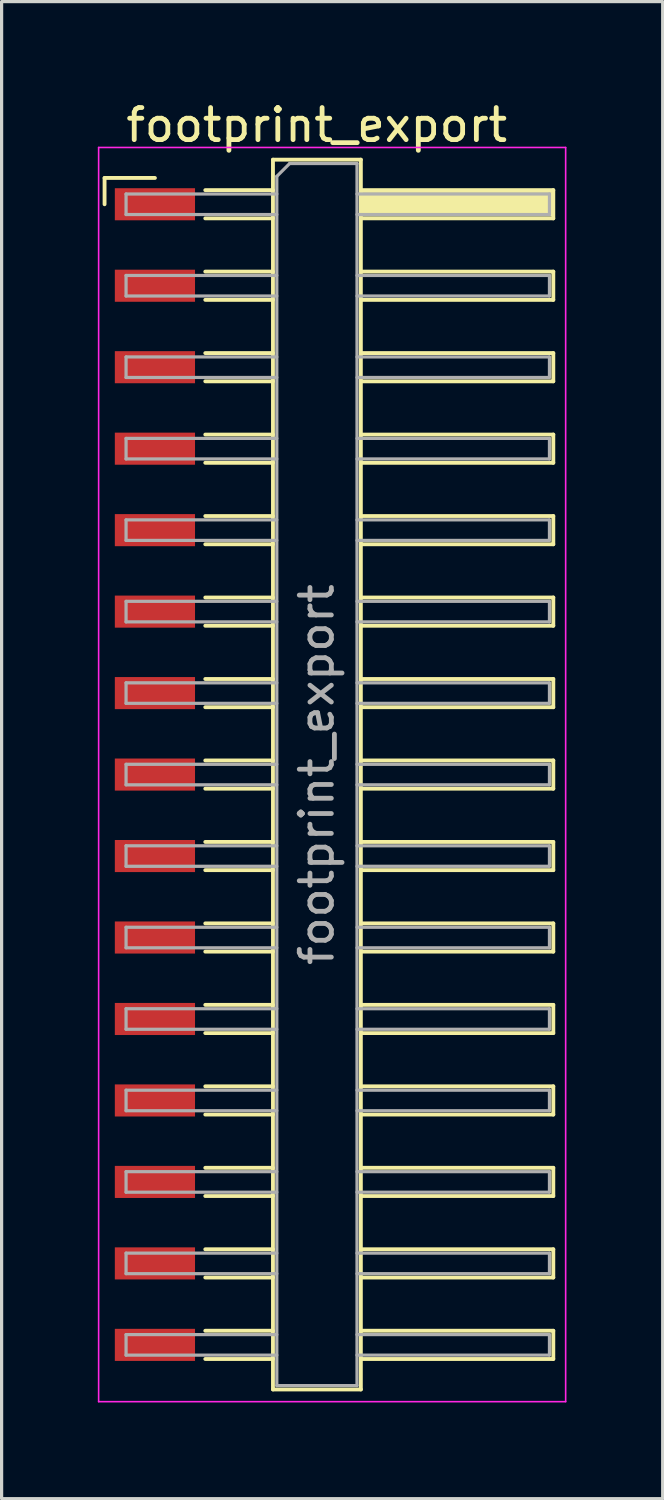
<source format=kicad_pcb>
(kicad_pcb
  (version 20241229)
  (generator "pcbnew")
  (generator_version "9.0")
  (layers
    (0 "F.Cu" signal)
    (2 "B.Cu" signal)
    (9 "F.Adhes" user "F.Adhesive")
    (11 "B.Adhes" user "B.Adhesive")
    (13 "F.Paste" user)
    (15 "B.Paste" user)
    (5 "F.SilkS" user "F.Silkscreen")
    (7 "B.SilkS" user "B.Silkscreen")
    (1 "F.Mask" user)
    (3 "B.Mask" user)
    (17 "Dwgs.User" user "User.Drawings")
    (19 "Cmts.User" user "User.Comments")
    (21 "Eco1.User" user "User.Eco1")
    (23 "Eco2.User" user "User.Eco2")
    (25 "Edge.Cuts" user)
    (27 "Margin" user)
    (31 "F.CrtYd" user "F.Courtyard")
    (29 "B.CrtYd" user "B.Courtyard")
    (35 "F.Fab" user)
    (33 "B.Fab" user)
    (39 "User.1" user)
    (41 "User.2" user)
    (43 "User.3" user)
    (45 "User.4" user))
  (footprint "footprint_export"
    (layer "F.Cu")
    (at 7.305 21.098)
    (property "Reference" "footprint_export" (at -0.48 -20.25 0) (layer "F.SilkS") (effects (font (size 1 1) (thickness 0.15))))
    (attr smd)
    (fp_line (start -7.095 -18.6) (end -5.525 -18.6) (stroke (width 0.12) (type solid)) (layer "F.SilkS"))
    (fp_line (start -7.095 -17.78) (end -7.095 -18.6) (stroke (width 0.12) (type solid)) (layer "F.SilkS"))
    (fp_line (start -3.955 -18.22) (end -1.845 -18.22) (stroke (width 0.12) (type solid)) (layer "F.SilkS"))
    (fp_line (start -3.955 -17.34) (end -1.845 -17.34) (stroke (width 0.12) (type solid)) (layer "F.SilkS"))
    (fp_line (start -3.955 -15.68) (end -1.845 -15.68) (stroke (width 0.12) (type solid)) (layer "F.SilkS"))
    (fp_line (start -3.955 -14.8) (end -1.845 -14.8) (stroke (width 0.12) (type solid)) (layer "F.SilkS"))
    (fp_line (start -3.955 -13.14) (end -1.845 -13.14) (stroke (width 0.12) (type solid)) (layer "F.SilkS"))
    (fp_line (start -3.955 -12.26) (end -1.845 -12.26) (stroke (width 0.12) (type solid)) (layer "F.SilkS"))
    (fp_line (start -3.955 -10.6) (end -1.845 -10.6) (stroke (width 0.12) (type solid)) (layer "F.SilkS"))
    (fp_line (start -3.955 -9.72) (end -1.845 -9.72) (stroke (width 0.12) (type solid)) (layer "F.SilkS"))
    (fp_line (start -3.955 -8.06) (end -1.845 -8.06) (stroke (width 0.12) (type solid)) (layer "F.SilkS"))
    (fp_line (start -3.955 -7.18) (end -1.845 -7.18) (stroke (width 0.12) (type solid)) (layer "F.SilkS"))
    (fp_line (start -3.955 -5.52) (end -1.845 -5.52) (stroke (width 0.12) (type solid)) (layer "F.SilkS"))
    (fp_line (start -3.955 -4.64) (end -1.845 -4.64) (stroke (width 0.12) (type solid)) (layer "F.SilkS"))
    (fp_line (start -3.955 -2.98) (end -1.845 -2.98) (stroke (width 0.12) (type solid)) (layer "F.SilkS"))
    (fp_line (start -3.955 -2.1) (end -1.845 -2.1) (stroke (width 0.12) (type solid)) (layer "F.SilkS"))
    (fp_line (start -3.955 -0.44) (end -1.845 -0.44) (stroke (width 0.12) (type solid)) (layer "F.SilkS"))
    (fp_line (start -3.955 0.44) (end -1.845 0.44) (stroke (width 0.12) (type solid)) (layer "F.SilkS"))
    (fp_line (start -3.955 2.1) (end -1.845 2.1) (stroke (width 0.12) (type solid)) (layer "F.SilkS"))
    (fp_line (start -3.955 2.98) (end -1.845 2.98) (stroke (width 0.12) (type solid)) (layer "F.SilkS"))
    (fp_line (start -3.955 4.64) (end -1.845 4.64) (stroke (width 0.12) (type solid)) (layer "F.SilkS"))
    (fp_line (start -3.955 5.52) (end -1.845 5.52) (stroke (width 0.12) (type solid)) (layer "F.SilkS"))
    (fp_line (start -3.955 7.18) (end -1.845 7.18) (stroke (width 0.12) (type solid)) (layer "F.SilkS"))
    (fp_line (start -3.955 8.06) (end -1.845 8.06) (stroke (width 0.12) (type solid)) (layer "F.SilkS"))
    (fp_line (start -3.955 9.72) (end -1.845 9.72) (stroke (width 0.12) (type solid)) (layer "F.SilkS"))
    (fp_line (start -3.955 10.6) (end -1.845 10.6) (stroke (width 0.12) (type solid)) (layer "F.SilkS"))
    (fp_line (start -3.955 12.26) (end -1.845 12.26) (stroke (width 0.12) (type solid)) (layer "F.SilkS"))
    (fp_line (start -3.955 13.14) (end -1.845 13.14) (stroke (width 0.12) (type solid)) (layer "F.SilkS"))
    (fp_line (start -3.955 14.8) (end -1.845 14.8) (stroke (width 0.12) (type solid)) (layer "F.SilkS"))
    (fp_line (start -3.955 15.68) (end -1.845 15.68) (stroke (width 0.12) (type solid)) (layer "F.SilkS"))
    (fp_line (start -3.955 17.34) (end -1.845 17.34) (stroke (width 0.12) (type solid)) (layer "F.SilkS"))
    (fp_line (start -3.955 18.22) (end -1.845 18.22) (stroke (width 0.12) (type solid)) (layer "F.SilkS"))
    (fp_line (start -1.845 -19.17) (end 0.895 -19.17) (stroke (width 0.12) (type solid)) (layer "F.SilkS"))
    (fp_line (start -1.845 19.17) (end -1.845 -19.17) (stroke (width 0.12) (type solid)) (layer "F.SilkS"))
    (fp_line (start 0.895 -19.17) (end 0.895 19.17) (stroke (width 0.12) (type solid)) (layer "F.SilkS"))
    (fp_line (start 0.895 -18.22) (end 6.895 -18.22) (stroke (width 0.12) (type solid)) (layer "F.SilkS"))
    (fp_line (start 0.895 -15.68) (end 6.895 -15.68) (stroke (width 0.12) (type solid)) (layer "F.SilkS"))
    (fp_line (start 0.895 -13.14) (end 6.895 -13.14) (stroke (width 0.12) (type solid)) (layer "F.SilkS"))
    (fp_line (start 0.895 -10.6) (end 6.895 -10.6) (stroke (width 0.12) (type solid)) (layer "F.SilkS"))
    (fp_line (start 0.895 -8.06) (end 6.895 -8.06) (stroke (width 0.12) (type solid)) (layer "F.SilkS"))
    (fp_line (start 0.895 -5.52) (end 6.895 -5.52) (stroke (width 0.12) (type solid)) (layer "F.SilkS"))
    (fp_line (start 0.895 -2.98) (end 6.895 -2.98) (stroke (width 0.12) (type solid)) (layer "F.SilkS"))
    (fp_line (start 0.895 -0.44) (end 6.895 -0.44) (stroke (width 0.12) (type solid)) (layer "F.SilkS"))
    (fp_line (start 0.895 2.1) (end 6.895 2.1) (stroke (width 0.12) (type solid)) (layer "F.SilkS"))
    (fp_line (start 0.895 4.64) (end 6.895 4.64) (stroke (width 0.12) (type solid)) (layer "F.SilkS"))
    (fp_line (start 0.895 7.18) (end 6.895 7.18) (stroke (width 0.12) (type solid)) (layer "F.SilkS"))
    (fp_line (start 0.895 9.72) (end 6.895 9.72) (stroke (width 0.12) (type solid)) (layer "F.SilkS"))
    (fp_line (start 0.895 12.26) (end 6.895 12.26) (stroke (width 0.12) (type solid)) (layer "F.SilkS"))
    (fp_line (start 0.895 14.8) (end 6.895 14.8) (stroke (width 0.12) (type solid)) (layer "F.SilkS"))
    (fp_line (start 0.895 17.34) (end 6.895 17.34) (stroke (width 0.12) (type solid)) (layer "F.SilkS"))
    (fp_line (start 0.895 19.17) (end -1.845 19.17) (stroke (width 0.12) (type solid)) (layer "F.SilkS"))
    (fp_line (start 6.895 -18.22) (end 6.895 -17.34) (stroke (width 0.12) (type solid)) (layer "F.SilkS"))
    (fp_line (start 6.895 -17.34) (end 0.895 -17.34) (stroke (width 0.12) (type solid)) (layer "F.SilkS"))
    (fp_line (start 6.895 -15.68) (end 6.895 -14.8) (stroke (width 0.12) (type solid)) (layer "F.SilkS"))
    (fp_line (start 6.895 -14.8) (end 0.895 -14.8) (stroke (width 0.12) (type solid)) (layer "F.SilkS"))
    (fp_line (start 6.895 -13.14) (end 6.895 -12.26) (stroke (width 0.12) (type solid)) (layer "F.SilkS"))
    (fp_line (start 6.895 -12.26) (end 0.895 -12.26) (stroke (width 0.12) (type solid)) (layer "F.SilkS"))
    (fp_line (start 6.895 -10.6) (end 6.895 -9.72) (stroke (width 0.12) (type solid)) (layer "F.SilkS"))
    (fp_line (start 6.895 -9.72) (end 0.895 -9.72) (stroke (width 0.12) (type solid)) (layer "F.SilkS"))
    (fp_line (start 6.895 -8.06) (end 6.895 -7.18) (stroke (width 0.12) (type solid)) (layer "F.SilkS"))
    (fp_line (start 6.895 -7.18) (end 0.895 -7.18) (stroke (width 0.12) (type solid)) (layer "F.SilkS"))
    (fp_line (start 6.895 -5.52) (end 6.895 -4.64) (stroke (width 0.12) (type solid)) (layer "F.SilkS"))
    (fp_line (start 6.895 -4.64) (end 0.895 -4.64) (stroke (width 0.12) (type solid)) (layer "F.SilkS"))
    (fp_line (start 6.895 -2.98) (end 6.895 -2.1) (stroke (width 0.12) (type solid)) (layer "F.SilkS"))
    (fp_line (start 6.895 -2.1) (end 0.895 -2.1) (stroke (width 0.12) (type solid)) (layer "F.SilkS"))
    (fp_line (start 6.895 -0.44) (end 6.895 0.44) (stroke (width 0.12) (type solid)) (layer "F.SilkS"))
    (fp_line (start 6.895 0.44) (end 0.895 0.44) (stroke (width 0.12) (type solid)) (layer "F.SilkS"))
    (fp_line (start 6.895 2.1) (end 6.895 2.98) (stroke (width 0.12) (type solid)) (layer "F.SilkS"))
    (fp_line (start 6.895 2.98) (end 0.895 2.98) (stroke (width 0.12) (type solid)) (layer "F.SilkS"))
    (fp_line (start 6.895 4.64) (end 6.895 5.52) (stroke (width 0.12) (type solid)) (layer "F.SilkS"))
    (fp_line (start 6.895 5.52) (end 0.895 5.52) (stroke (width 0.12) (type solid)) (layer "F.SilkS"))
    (fp_line (start 6.895 7.18) (end 6.895 8.06) (stroke (width 0.12) (type solid)) (layer "F.SilkS"))
    (fp_line (start 6.895 8.06) (end 0.895 8.06) (stroke (width 0.12) (type solid)) (layer "F.SilkS"))
    (fp_line (start 6.895 9.72) (end 6.895 10.6) (stroke (width 0.12) (type solid)) (layer "F.SilkS"))
    (fp_line (start 6.895 10.6) (end 0.895 10.6) (stroke (width 0.12) (type solid)) (layer "F.SilkS"))
    (fp_line (start 6.895 12.26) (end 6.895 13.14) (stroke (width 0.12) (type solid)) (layer "F.SilkS"))
    (fp_line (start 6.895 13.14) (end 0.895 13.14) (stroke (width 0.12) (type solid)) (layer "F.SilkS"))
    (fp_line (start 6.895 14.8) (end 6.895 15.68) (stroke (width 0.12) (type solid)) (layer "F.SilkS"))
    (fp_line (start 6.895 15.68) (end 0.895 15.68) (stroke (width 0.12) (type solid)) (layer "F.SilkS"))
    (fp_line (start 6.895 17.34) (end 6.895 18.22) (stroke (width 0.12) (type solid)) (layer "F.SilkS"))
    (fp_line (start 6.895 18.22) (end 0.895 18.22) (stroke (width 0.12) (type solid)) (layer "F.SilkS"))
    (fp_line (start -7.28 -19.55) (end 7.28 -19.55) (stroke (width 0.05) (type solid)) (layer "F.CrtYd"))
    (fp_line (start -7.28 19.55) (end -7.28 -19.55) (stroke (width 0.05) (type solid)) (layer "F.CrtYd"))
    (fp_line (start 7.28 -19.55) (end 7.28 19.55) (stroke (width 0.05) (type solid)) (layer "F.CrtYd"))
    (fp_line (start 7.28 19.55) (end -7.28 19.55) (stroke (width 0.05) (type solid)) (layer "F.CrtYd"))
    (fp_line (start -6.425 -18.1) (end -6.425 -17.46) (stroke (width 0.1) (type solid)) (layer "F.Fab"))
    (fp_line (start -6.425 -17.46) (end -1.725 -17.46) (stroke (width 0.1) (type solid)) (layer "F.Fab"))
    (fp_line (start -6.425 -15.56) (end -6.425 -14.92) (stroke (width 0.1) (type solid)) (layer "F.Fab"))
    (fp_line (start -6.425 -14.92) (end -1.725 -14.92) (stroke (width 0.1) (type solid)) (layer "F.Fab"))
    (fp_line (start -6.425 -13.02) (end -6.425 -12.38) (stroke (width 0.1) (type solid)) (layer "F.Fab"))
    (fp_line (start -6.425 -12.38) (end -1.725 -12.38) (stroke (width 0.1) (type solid)) (layer "F.Fab"))
    (fp_line (start -6.425 -10.48) (end -6.425 -9.84) (stroke (width 0.1) (type solid)) (layer "F.Fab"))
    (fp_line (start -6.425 -9.84) (end -1.725 -9.84) (stroke (width 0.1) (type solid)) (layer "F.Fab"))
    (fp_line (start -6.425 -7.94) (end -6.425 -7.3) (stroke (width 0.1) (type solid)) (layer "F.Fab"))
    (fp_line (start -6.425 -7.3) (end -1.725 -7.3) (stroke (width 0.1) (type solid)) (layer "F.Fab"))
    (fp_line (start -6.425 -5.4) (end -6.425 -4.76) (stroke (width 0.1) (type solid)) (layer "F.Fab"))
    (fp_line (start -6.425 -4.76) (end -1.725 -4.76) (stroke (width 0.1) (type solid)) (layer "F.Fab"))
    (fp_line (start -6.425 -2.86) (end -6.425 -2.22) (stroke (width 0.1) (type solid)) (layer "F.Fab"))
    (fp_line (start -6.425 -2.22) (end -1.725 -2.22) (stroke (width 0.1) (type solid)) (layer "F.Fab"))
    (fp_line (start -6.425 -0.32) (end -6.425 0.32) (stroke (width 0.1) (type solid)) (layer "F.Fab"))
    (fp_line (start -6.425 0.32) (end -1.725 0.32) (stroke (width 0.1) (type solid)) (layer "F.Fab"))
    (fp_line (start -6.425 2.22) (end -6.425 2.86) (stroke (width 0.1) (type solid)) (layer "F.Fab"))
    (fp_line (start -6.425 2.86) (end -1.725 2.86) (stroke (width 0.1) (type solid)) (layer "F.Fab"))
    (fp_line (start -6.425 4.76) (end -6.425 5.4) (stroke (width 0.1) (type solid)) (layer "F.Fab"))
    (fp_line (start -6.425 5.4) (end -1.725 5.4) (stroke (width 0.1) (type solid)) (layer "F.Fab"))
    (fp_line (start -6.425 7.3) (end -6.425 7.94) (stroke (width 0.1) (type solid)) (layer "F.Fab"))
    (fp_line (start -6.425 7.94) (end -1.725 7.94) (stroke (width 0.1) (type solid)) (layer "F.Fab"))
    (fp_line (start -6.425 9.84) (end -6.425 10.48) (stroke (width 0.1) (type solid)) (layer "F.Fab"))
    (fp_line (start -6.425 10.48) (end -1.725 10.48) (stroke (width 0.1) (type solid)) (layer "F.Fab"))
    (fp_line (start -6.425 12.38) (end -6.425 13.02) (stroke (width 0.1) (type solid)) (layer "F.Fab"))
    (fp_line (start -6.425 13.02) (end -1.725 13.02) (stroke (width 0.1) (type solid)) (layer "F.Fab"))
    (fp_line (start -6.425 14.92) (end -6.425 15.56) (stroke (width 0.1) (type solid)) (layer "F.Fab"))
    (fp_line (start -6.425 15.56) (end -1.725 15.56) (stroke (width 0.1) (type solid)) (layer "F.Fab"))
    (fp_line (start -6.425 17.46) (end -6.425 18.1) (stroke (width 0.1) (type solid)) (layer "F.Fab"))
    (fp_line (start -6.425 18.1) (end -1.725 18.1) (stroke (width 0.1) (type solid)) (layer "F.Fab"))
    (fp_line (start -1.725 -18.65) (end -1.325 -19.05) (stroke (width 0.1) (type solid)) (layer "F.Fab"))
    (fp_line (start -1.725 -18.1) (end -6.425 -18.1) (stroke (width 0.1) (type solid)) (layer "F.Fab"))
    (fp_line (start -1.725 -15.56) (end -6.425 -15.56) (stroke (width 0.1) (type solid)) (layer "F.Fab"))
    (fp_line (start -1.725 -13.02) (end -6.425 -13.02) (stroke (width 0.1) (type solid)) (layer "F.Fab"))
    (fp_line (start -1.725 -10.48) (end -6.425 -10.48) (stroke (width 0.1) (type solid)) (layer "F.Fab"))
    (fp_line (start -1.725 -7.94) (end -6.425 -7.94) (stroke (width 0.1) (type solid)) (layer "F.Fab"))
    (fp_line (start -1.725 -5.4) (end -6.425 -5.4) (stroke (width 0.1) (type solid)) (layer "F.Fab"))
    (fp_line (start -1.725 -2.86) (end -6.425 -2.86) (stroke (width 0.1) (type solid)) (layer "F.Fab"))
    (fp_line (start -1.725 -0.32) (end -6.425 -0.32) (stroke (width 0.1) (type solid)) (layer "F.Fab"))
    (fp_line (start -1.725 2.22) (end -6.425 2.22) (stroke (width 0.1) (type solid)) (layer "F.Fab"))
    (fp_line (start -1.725 4.76) (end -6.425 4.76) (stroke (width 0.1) (type solid)) (layer "F.Fab"))
    (fp_line (start -1.725 7.3) (end -6.425 7.3) (stroke (width 0.1) (type solid)) (layer "F.Fab"))
    (fp_line (start -1.725 9.84) (end -6.425 9.84) (stroke (width 0.1) (type solid)) (layer "F.Fab"))
    (fp_line (start -1.725 12.38) (end -6.425 12.38) (stroke (width 0.1) (type solid)) (layer "F.Fab"))
    (fp_line (start -1.725 14.92) (end -6.425 14.92) (stroke (width 0.1) (type solid)) (layer "F.Fab"))
    (fp_line (start -1.725 17.46) (end -6.425 17.46) (stroke (width 0.1) (type solid)) (layer "F.Fab"))
    (fp_line (start -1.725 19.05) (end -1.725 -18.65) (stroke (width 0.1) (type solid)) (layer "F.Fab"))
    (fp_line (start -1.325 -19.05) (end 0.775 -19.05) (stroke (width 0.1) (type solid)) (layer "F.Fab"))
    (fp_line (start 0.775 -19.05) (end 0.775 19.05) (stroke (width 0.1) (type solid)) (layer "F.Fab"))
    (fp_line (start 0.775 -18.1) (end 6.775 -18.1) (stroke (width 0.1) (type solid)) (layer "F.Fab"))
    (fp_line (start 0.775 -15.56) (end 6.775 -15.56) (stroke (width 0.1) (type solid)) (layer "F.Fab"))
    (fp_line (start 0.775 -13.02) (end 6.775 -13.02) (stroke (width 0.1) (type solid)) (layer "F.Fab"))
    (fp_line (start 0.775 -10.48) (end 6.775 -10.48) (stroke (width 0.1) (type solid)) (layer "F.Fab"))
    (fp_line (start 0.775 -7.94) (end 6.775 -7.94) (stroke (width 0.1) (type solid)) (layer "F.Fab"))
    (fp_line (start 0.775 -5.4) (end 6.775 -5.4) (stroke (width 0.1) (type solid)) (layer "F.Fab"))
    (fp_line (start 0.775 -2.86) (end 6.775 -2.86) (stroke (width 0.1) (type solid)) (layer "F.Fab"))
    (fp_line (start 0.775 -0.32) (end 6.775 -0.32) (stroke (width 0.1) (type solid)) (layer "F.Fab"))
    (fp_line (start 0.775 2.22) (end 6.775 2.22) (stroke (width 0.1) (type solid)) (layer "F.Fab"))
    (fp_line (start 0.775 4.76) (end 6.775 4.76) (stroke (width 0.1) (type solid)) (layer "F.Fab"))
    (fp_line (start 0.775 7.3) (end 6.775 7.3) (stroke (width 0.1) (type solid)) (layer "F.Fab"))
    (fp_line (start 0.775 9.84) (end 6.775 9.84) (stroke (width 0.1) (type solid)) (layer "F.Fab"))
    (fp_line (start 0.775 12.38) (end 6.775 12.38) (stroke (width 0.1) (type solid)) (layer "F.Fab"))
    (fp_line (start 0.775 14.92) (end 6.775 14.92) (stroke (width 0.1) (type solid)) (layer "F.Fab"))
    (fp_line (start 0.775 17.46) (end 6.775 17.46) (stroke (width 0.1) (type solid)) (layer "F.Fab"))
    (fp_line (start 0.775 19.05) (end -1.725 19.05) (stroke (width 0.1) (type solid)) (layer "F.Fab"))
    (fp_line (start 6.775 -18.1) (end 6.775 -17.46) (stroke (width 0.1) (type solid)) (layer "F.Fab"))
    (fp_line (start 6.775 -17.46) (end 0.775 -17.46) (stroke (width 0.1) (type solid)) (layer "F.Fab"))
    (fp_line (start 6.775 -15.56) (end 6.775 -14.92) (stroke (width 0.1) (type solid)) (layer "F.Fab"))
    (fp_line (start 6.775 -14.92) (end 0.775 -14.92) (stroke (width 0.1) (type solid)) (layer "F.Fab"))
    (fp_line (start 6.775 -13.02) (end 6.775 -12.38) (stroke (width 0.1) (type solid)) (layer "F.Fab"))
    (fp_line (start 6.775 -12.38) (end 0.775 -12.38) (stroke (width 0.1) (type solid)) (layer "F.Fab"))
    (fp_line (start 6.775 -10.48) (end 6.775 -9.84) (stroke (width 0.1) (type solid)) (layer "F.Fab"))
    (fp_line (start 6.775 -9.84) (end 0.775 -9.84) (stroke (width 0.1) (type solid)) (layer "F.Fab"))
    (fp_line (start 6.775 -7.94) (end 6.775 -7.3) (stroke (width 0.1) (type solid)) (layer "F.Fab"))
    (fp_line (start 6.775 -7.3) (end 0.775 -7.3) (stroke (width 0.1) (type solid)) (layer "F.Fab"))
    (fp_line (start 6.775 -5.4) (end 6.775 -4.76) (stroke (width 0.1) (type solid)) (layer "F.Fab"))
    (fp_line (start 6.775 -4.76) (end 0.775 -4.76) (stroke (width 0.1) (type solid)) (layer "F.Fab"))
    (fp_line (start 6.775 -2.86) (end 6.775 -2.22) (stroke (width 0.1) (type solid)) (layer "F.Fab"))
    (fp_line (start 6.775 -2.22) (end 0.775 -2.22) (stroke (width 0.1) (type solid)) (layer "F.Fab"))
    (fp_line (start 6.775 -0.32) (end 6.775 0.32) (stroke (width 0.1) (type solid)) (layer "F.Fab"))
    (fp_line (start 6.775 0.32) (end 0.775 0.32) (stroke (width 0.1) (type solid)) (layer "F.Fab"))
    (fp_line (start 6.775 2.22) (end 6.775 2.86) (stroke (width 0.1) (type solid)) (layer "F.Fab"))
    (fp_line (start 6.775 2.86) (end 0.775 2.86) (stroke (width 0.1) (type solid)) (layer "F.Fab"))
    (fp_line (start 6.775 4.76) (end 6.775 5.4) (stroke (width 0.1) (type solid)) (layer "F.Fab"))
    (fp_line (start 6.775 5.4) (end 0.775 5.4) (stroke (width 0.1) (type solid)) (layer "F.Fab"))
    (fp_line (start 6.775 7.3) (end 6.775 7.94) (stroke (width 0.1) (type solid)) (layer "F.Fab"))
    (fp_line (start 6.775 7.94) (end 0.775 7.94) (stroke (width 0.1) (type solid)) (layer "F.Fab"))
    (fp_line (start 6.775 9.84) (end 6.775 10.48) (stroke (width 0.1) (type solid)) (layer "F.Fab"))
    (fp_line (start 6.775 10.48) (end 0.775 10.48) (stroke (width 0.1) (type solid)) (layer "F.Fab"))
    (fp_line (start 6.775 12.38) (end 6.775 13.02) (stroke (width 0.1) (type solid)) (layer "F.Fab"))
    (fp_line (start 6.775 13.02) (end 0.775 13.02) (stroke (width 0.1) (type solid)) (layer "F.Fab"))
    (fp_line (start 6.775 14.92) (end 6.775 15.56) (stroke (width 0.1) (type solid)) (layer "F.Fab"))
    (fp_line (start 6.775 15.56) (end 0.775 15.56) (stroke (width 0.1) (type solid)) (layer "F.Fab"))
    (fp_line (start 6.775 17.46) (end 6.775 18.1) (stroke (width 0.1) (type solid)) (layer "F.Fab"))
    (fp_line (start 6.775 18.1) (end 0.775 18.1) (stroke (width 0.1) (type solid)) (layer "F.Fab"))
    (fp_text user "${REFERENCE}" (at -0.48 0 90) (layer "F.Fab") (effects (font (size 1 1) (thickness 0.15))))
    (pad "" smd rect (at 3.895 -17.78) (size 6 0.76) (layers "F.SilkS"))
    (pad "1" smd rect (at -5.525 -17.78) (size 2.5 1) (layers "F.Cu" "F.Mask" "F.Paste"))
    (pad "2" smd rect (at -5.525 -15.24) (size 2.5 1) (layers "F.Cu" "F.Mask" "F.Paste"))
    (pad "3" smd rect (at -5.525 -12.7) (size 2.5 1) (layers "F.Cu" "F.Mask" "F.Paste"))
    (pad "4" smd rect (at -5.525 -10.16) (size 2.5 1) (layers "F.Cu" "F.Mask" "F.Paste"))
    (pad "5" smd rect (at -5.525 -7.62) (size 2.5 1) (layers "F.Cu" "F.Mask" "F.Paste"))
    (pad "6" smd rect (at -5.525 -5.08) (size 2.5 1) (layers "F.Cu" "F.Mask" "F.Paste"))
    (pad "7" smd rect (at -5.525 -2.54) (size 2.5 1) (layers "F.Cu" "F.Mask" "F.Paste"))
    (pad "8" smd rect (at -5.525 0) (size 2.5 1) (layers "F.Cu" "F.Mask" "F.Paste"))
    (pad "9" smd rect (at -5.525 2.54) (size 2.5 1) (layers "F.Cu" "F.Mask" "F.Paste"))
    (pad "10" smd rect (at -5.525 5.08) (size 2.5 1) (layers "F.Cu" "F.Mask" "F.Paste"))
    (pad "11" smd rect (at -5.525 7.62) (size 2.5 1) (layers "F.Cu" "F.Mask" "F.Paste"))
    (pad "12" smd rect (at -5.525 10.16) (size 2.5 1) (layers "F.Cu" "F.Mask" "F.Paste"))
    (pad "13" smd rect (at -5.525 12.7) (size 2.5 1) (layers "F.Cu" "F.Mask" "F.Paste"))
    (pad "14" smd rect (at -5.525 15.24) (size 2.5 1) (layers "F.Cu" "F.Mask" "F.Paste"))
    (pad "15" smd rect (at -5.525 17.78) (size 2.5 1) (layers "F.Cu" "F.Mask" "F.Paste")))
  (gr_rect
    (start -3 -3)
    (end 17.61 43.673)
    (stroke (width 0.1) (type default))
    (fill no)
    (layer "Edge.Cuts")))
</source>
